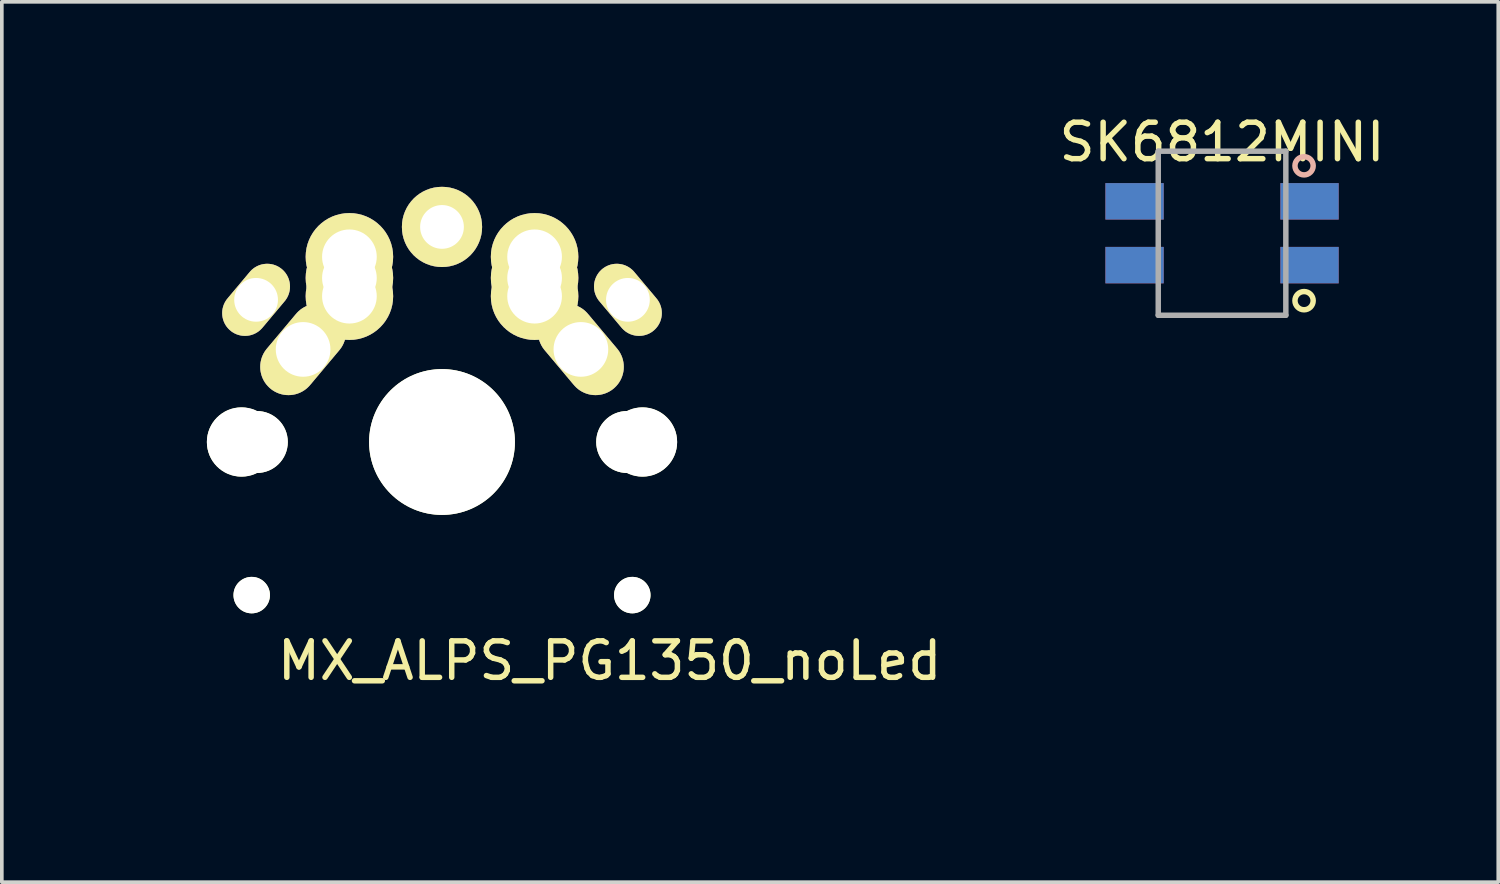
<source format=kicad_pcb>
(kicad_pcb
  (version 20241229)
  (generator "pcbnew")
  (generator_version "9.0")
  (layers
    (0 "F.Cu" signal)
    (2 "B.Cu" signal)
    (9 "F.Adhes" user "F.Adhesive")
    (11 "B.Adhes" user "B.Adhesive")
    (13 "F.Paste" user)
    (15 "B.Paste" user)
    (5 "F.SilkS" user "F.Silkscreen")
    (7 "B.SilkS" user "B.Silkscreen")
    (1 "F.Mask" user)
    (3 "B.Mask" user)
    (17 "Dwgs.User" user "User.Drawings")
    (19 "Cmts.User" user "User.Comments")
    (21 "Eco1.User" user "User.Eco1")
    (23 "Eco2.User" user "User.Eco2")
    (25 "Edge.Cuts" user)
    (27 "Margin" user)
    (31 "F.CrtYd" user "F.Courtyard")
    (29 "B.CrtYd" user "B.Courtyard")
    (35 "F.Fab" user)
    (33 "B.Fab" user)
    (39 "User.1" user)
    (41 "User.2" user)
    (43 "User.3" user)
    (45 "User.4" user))
  (footprint "SK6812MINI"
    (layer "F.Cu")
    (at 30.473 3.348)
    (property "Reference" "SK6812MINI" (at 0 -2.5 0) (layer "F.SilkS") (effects (font (size 1 1) (thickness 0.15))))
    (attr through_hole)
    (fp_circle (center 2.25 1.85) (end 2.25 1.6) (stroke (width 0.15) (type solid)) (fill no) (layer "F.SilkS"))
    (fp_circle (center 2.25 -1.85) (end 2.25 -2.1) (stroke (width 0.15) (type solid)) (fill no) (layer "B.SilkS"))
    (fp_line (start -1.75 -2.25) (end -1.75 2.25) (stroke (width 0.15) (type solid)) (layer "F.Fab"))
    (fp_line (start -1.75 -2.25) (end 1.75 -2.25) (stroke (width 0.15) (type solid)) (layer "F.Fab"))
    (fp_line (start 1.75 -2.25) (end 1.75 2.25) (stroke (width 0.15) (type solid)) (layer "F.Fab"))
    (fp_line (start 1.75 2.25) (end -1.75 2.25) (stroke (width 0.15) (type solid)) (layer "F.Fab"))
    (pad "1" smd rect (at -2.4 -0.875) (size 1.6 1) (layers "B.Cu" "B.Mask" "B.Paste"))
    (pad "1" smd rect (at -2.4 0.875) (size 1.6 1) (layers "F.Cu" "F.Mask" "F.Paste"))
    (pad "2" smd rect (at -2.4 -0.875) (size 1.6 1) (layers "F.Cu" "F.Mask" "F.Paste"))
    (pad "2" smd rect (at -2.4 0.875) (size 1.6 1) (layers "B.Cu" "B.Mask" "B.Paste"))
    (pad "3" smd rect (at 2.4 -0.875) (size 1.6 1) (layers "F.Cu" "F.Mask" "F.Paste"))
    (pad "3" smd rect (at 2.4 0.875) (size 1.6 1) (layers "B.Cu" "B.Mask" "B.Paste"))
    (pad "4" smd rect (at 2.4 -0.875) (size 1.6 1) (layers "B.Cu" "B.Mask" "B.Paste"))
    (pad "4" smd rect (at 2.4 0.875) (size 1.6 1) (layers "F.Cu" "F.Mask" "F.Paste")))
  (footprint "MX_ALPS_PG1350_noLed"
    (layer "F.Cu")
    (at 9.075 9.075)
    (property "Reference" "MX_ALPS_PG1350_noLed" (at 4.6 6 0) (layer "F.SilkS") (effects (font (size 1 1) (thickness 0.15))))
    (attr through_hole)
    (fp_line (start -9 -9) (end 9 -9) (stroke (width 0.15) (type solid)) (layer "Eco2.User"))
    (fp_line (start -9 9) (end -9 -9) (stroke (width 0.15) (type solid)) (layer "Eco2.User"))
    (fp_line (start -7 -7) (end 7 -7) (stroke (width 0.15) (type solid)) (layer "Eco2.User"))
    (fp_line (start -7 7) (end -7 -7) (stroke (width 0.15) (type solid)) (layer "Eco2.User"))
    (fp_line (start 7 -7) (end 7 7) (stroke (width 0.15) (type solid)) (layer "Eco2.User"))
    (fp_line (start 7 7) (end -7 7) (stroke (width 0.15) (type solid)) (layer "Eco2.User"))
    (fp_line (start 9 -9) (end 9 9) (stroke (width 0.15) (type solid)) (layer "Eco2.User"))
    (fp_line (start 9 9) (end -9 9) (stroke (width 0.15) (type solid)) (layer "Eco2.User"))
    (pad "" np_thru_hole circle (at -5.5 0 90) (size 1.9 1.9) (drill 1.9) (layers "*.Cu" "*.Mask" "F.SilkS"))
    (pad "" np_thru_hole circle (at -5.22 4.2) (size 1 1) (drill 1) (layers "*.Cu" "*.Mask" "F.SilkS"))
    (pad "" np_thru_hole circle (at -5.08 0) (size 1.7 1.7) (drill 1.7) (layers "*.Cu" "*.Mask" "F.SilkS"))
    (pad "" np_thru_hole circle (at 0 0 90) (size 4 4) (drill 4) (layers "*.Cu" "*.Mask" "F.SilkS"))
    (pad "" np_thru_hole circle (at 5.08 0) (size 1.7 1.7) (drill 1.7) (layers "*.Cu" "*.Mask" "F.SilkS"))
    (pad "" np_thru_hole circle (at 5.22 4.2) (size 1 1) (drill 1) (layers "*.Cu" "*.Mask" "F.SilkS"))
    (pad "" np_thru_hole circle (at 5.5 0 90) (size 1.9 1.9) (drill 1.9) (layers "*.Cu" "*.Mask" "F.SilkS"))
    (pad "1" thru_hole oval (at -5.1 -3.9 50) (size 2.2 1.25) (drill 1.2) (layers "*.Cu" "*.Mask" "F.SilkS"))
    (pad "1" thru_hole oval (at -3.81 -2.54 50) (size 2.8 1.55) (drill 1.5) (layers "*.Cu" "*.Mask" "F.SilkS"))
    (pad "1" thru_hole circle (at -2.54 -5.08) (size 2.4 2.4) (drill 1.5) (layers "*.Cu" "*.Mask" "F.SilkS"))
    (pad "1" thru_hole circle (at -2.54 -4.5) (size 2.4 2.4) (drill 1.5) (layers "*.Cu" "*.Mask" "F.SilkS"))
    (pad "1" thru_hole circle (at -2.54 -4) (size 2.4 2.4) (drill 1.5) (layers "*.Cu" "*.Mask" "F.SilkS"))
    (pad "1" thru_hole oval (at 5.1 -3.9 310) (size 2.2 1.25) (drill 1.2) (layers "*.Cu" "*.Mask" "F.SilkS"))
    (pad "2" thru_hole circle (at 0 -5.9 90) (size 2.2 2.2) (drill 1.2) (layers "*.Cu" "*.Mask" "F.SilkS"))
    (pad "2" thru_hole circle (at 2.54 -5.08) (size 2.4 2.4) (drill 1.5) (layers "*.Cu" "*.Mask" "F.SilkS"))
    (pad "2" thru_hole circle (at 2.54 -4.5) (size 2.4 2.4) (drill 1.5) (layers "*.Cu" "*.Mask" "F.SilkS"))
    (pad "2" thru_hole circle (at 2.54 -4) (size 2.4 2.4) (drill 1.5) (layers "*.Cu" "*.Mask" "F.SilkS"))
    (pad "2" thru_hole oval (at 3.81 -2.54 310) (size 2.8 1.55) (drill 1.5) (layers "*.Cu" "*.Mask" "F.SilkS")))
  (gr_rect
    (start -3 -3)
    (end 38.05 21.15)
    (stroke (width 0.1) (type default))
    (fill no)
    (layer "Edge.Cuts")))
</source>
